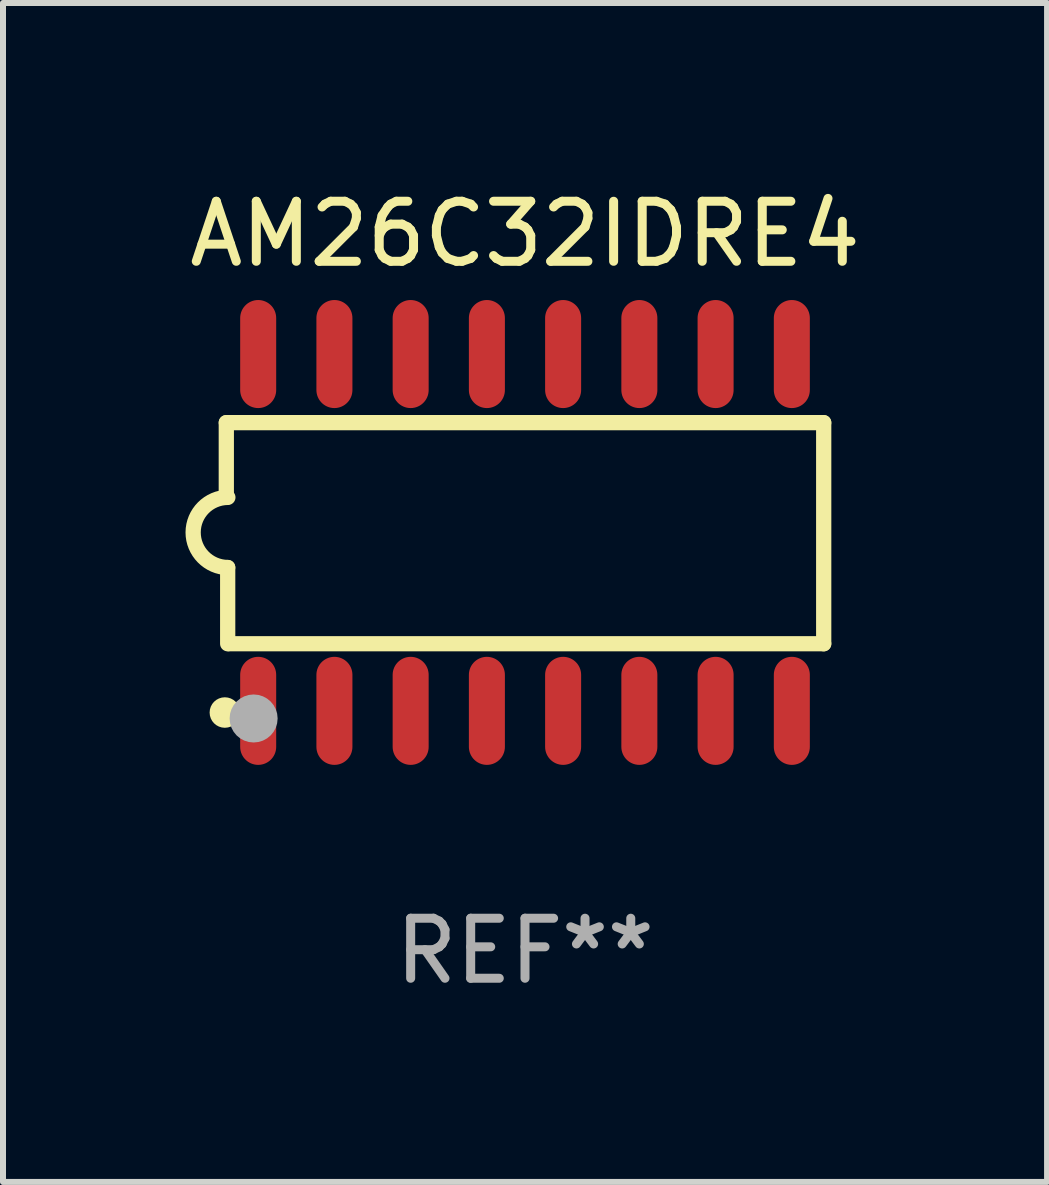
<source format=kicad_pcb>
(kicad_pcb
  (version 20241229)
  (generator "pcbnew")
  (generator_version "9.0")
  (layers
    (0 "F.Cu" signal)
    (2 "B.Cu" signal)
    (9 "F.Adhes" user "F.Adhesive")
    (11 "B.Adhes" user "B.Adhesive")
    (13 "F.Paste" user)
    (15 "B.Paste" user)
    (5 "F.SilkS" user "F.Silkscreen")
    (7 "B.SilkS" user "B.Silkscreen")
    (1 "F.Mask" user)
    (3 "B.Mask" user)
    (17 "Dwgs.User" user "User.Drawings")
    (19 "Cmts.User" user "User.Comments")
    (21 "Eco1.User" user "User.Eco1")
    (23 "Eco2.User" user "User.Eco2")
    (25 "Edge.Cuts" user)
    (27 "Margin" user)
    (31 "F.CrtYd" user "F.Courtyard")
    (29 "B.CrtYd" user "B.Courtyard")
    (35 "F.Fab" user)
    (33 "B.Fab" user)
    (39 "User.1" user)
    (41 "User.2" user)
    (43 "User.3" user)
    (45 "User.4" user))
  (footprint "AM26C32IDRE4"
    (layer "F.Cu")
    (at 5.696 5.82)
    (property "Reference" "AM26C32IDRE4" (at 0 -4.972 0) (layer "F.SilkS") (effects (font (size 1 1) (thickness 0.15))))
    (attr through_hole)
    (fp_line (start -4.976 -1.829) (end -4.976 -0.584) (stroke (width 0.254) (type solid)) (layer "F.SilkS"))
    (fp_line (start -4.953 0.584) (end -4.953 1.854) (stroke (width 0.254) (type solid)) (layer "F.SilkS"))
    (fp_line (start -4.928 1.854) (end 4.976 1.854) (stroke (width 0.254) (type solid)) (layer "F.SilkS"))
    (fp_line (start 4.976 -1.829) (end -4.976 -1.829) (stroke (width 0.254) (type solid)) (layer "F.SilkS"))
    (fp_line (start 4.976 1.854) (end 4.976 -1.829) (stroke (width 0.254) (type solid)) (layer "F.SilkS"))
    (fp_arc (start -4.95301 0.584201) (mid -5.533866 -0.00152) (end -4.950088 -0.584329) (stroke (width 0.254001) (type solid)) (layer "F.SilkS"))
    (fp_circle (center -5 3) (end -4.873 3) (stroke (width 0.254) (type solid)) (fill no) (layer "F.SilkS"))
    (fp_circle (center -4.521 3.099) (end -4.321 3.099) (stroke (width 0.4) (type solid)) (fill no) (layer "F.Fab"))
    (fp_text user "REF**" (at 0 6.972 0) (layer "F.Fab") (effects (font (size 1 1) (thickness 0.15))))
    (pad "1" smd oval (at -4.445 2.972 180) (size 0.6 1.8) (layers "F.Cu" "F.Mask" "F.Paste"))
    (pad "2" smd oval (at -3.175 2.972 180) (size 0.6 1.8) (layers "F.Cu" "F.Mask" "F.Paste"))
    (pad "3" smd oval (at -1.905 2.972 180) (size 0.6 1.8) (layers "F.Cu" "F.Mask" "F.Paste"))
    (pad "4" smd oval (at -0.635 2.972 180) (size 0.6 1.8) (layers "F.Cu" "F.Mask" "F.Paste"))
    (pad "5" smd oval (at 0.635 2.972 180) (size 0.6 1.8) (layers "F.Cu" "F.Mask" "F.Paste"))
    (pad "6" smd oval (at 1.905 2.972 180) (size 0.6 1.8) (layers "F.Cu" "F.Mask" "F.Paste"))
    (pad "7" smd oval (at 3.175 2.972 180) (size 0.6 1.8) (layers "F.Cu" "F.Mask" "F.Paste"))
    (pad "8" smd oval (at 4.445 2.972 180) (size 0.6 1.8) (layers "F.Cu" "F.Mask" "F.Paste"))
    (pad "9" smd oval (at 4.445 -2.972 180) (size 0.6 1.8) (layers "F.Cu" "F.Mask" "F.Paste"))
    (pad "10" smd oval (at 3.175 -2.972 180) (size 0.6 1.8) (layers "F.Cu" "F.Mask" "F.Paste"))
    (pad "11" smd oval (at 1.905 -2.972 180) (size 0.6 1.8) (layers "F.Cu" "F.Mask" "F.Paste"))
    (pad "12" smd oval (at 0.635 -2.972 180) (size 0.6 1.8) (layers "F.Cu" "F.Mask" "F.Paste"))
    (pad "13" smd oval (at -0.635 -2.972 180) (size 0.6 1.8) (layers "F.Cu" "F.Mask" "F.Paste"))
    (pad "14" smd oval (at -1.905 -2.972 180) (size 0.6 1.8) (layers "F.Cu" "F.Mask" "F.Paste"))
    (pad "15" smd oval (at -3.175 -2.972 180) (size 0.6 1.8) (layers "F.Cu" "F.Mask" "F.Paste"))
    (pad "16" smd oval (at -4.445 -2.972 180) (size 0.6 1.8) (layers "F.Cu" "F.Mask" "F.Paste")))
  (gr_rect
    (start -3 -3)
    (end 14.393 16.64)
    (stroke (width 0.1) (type default))
    (fill no)
    (layer "Edge.Cuts")))
</source>
